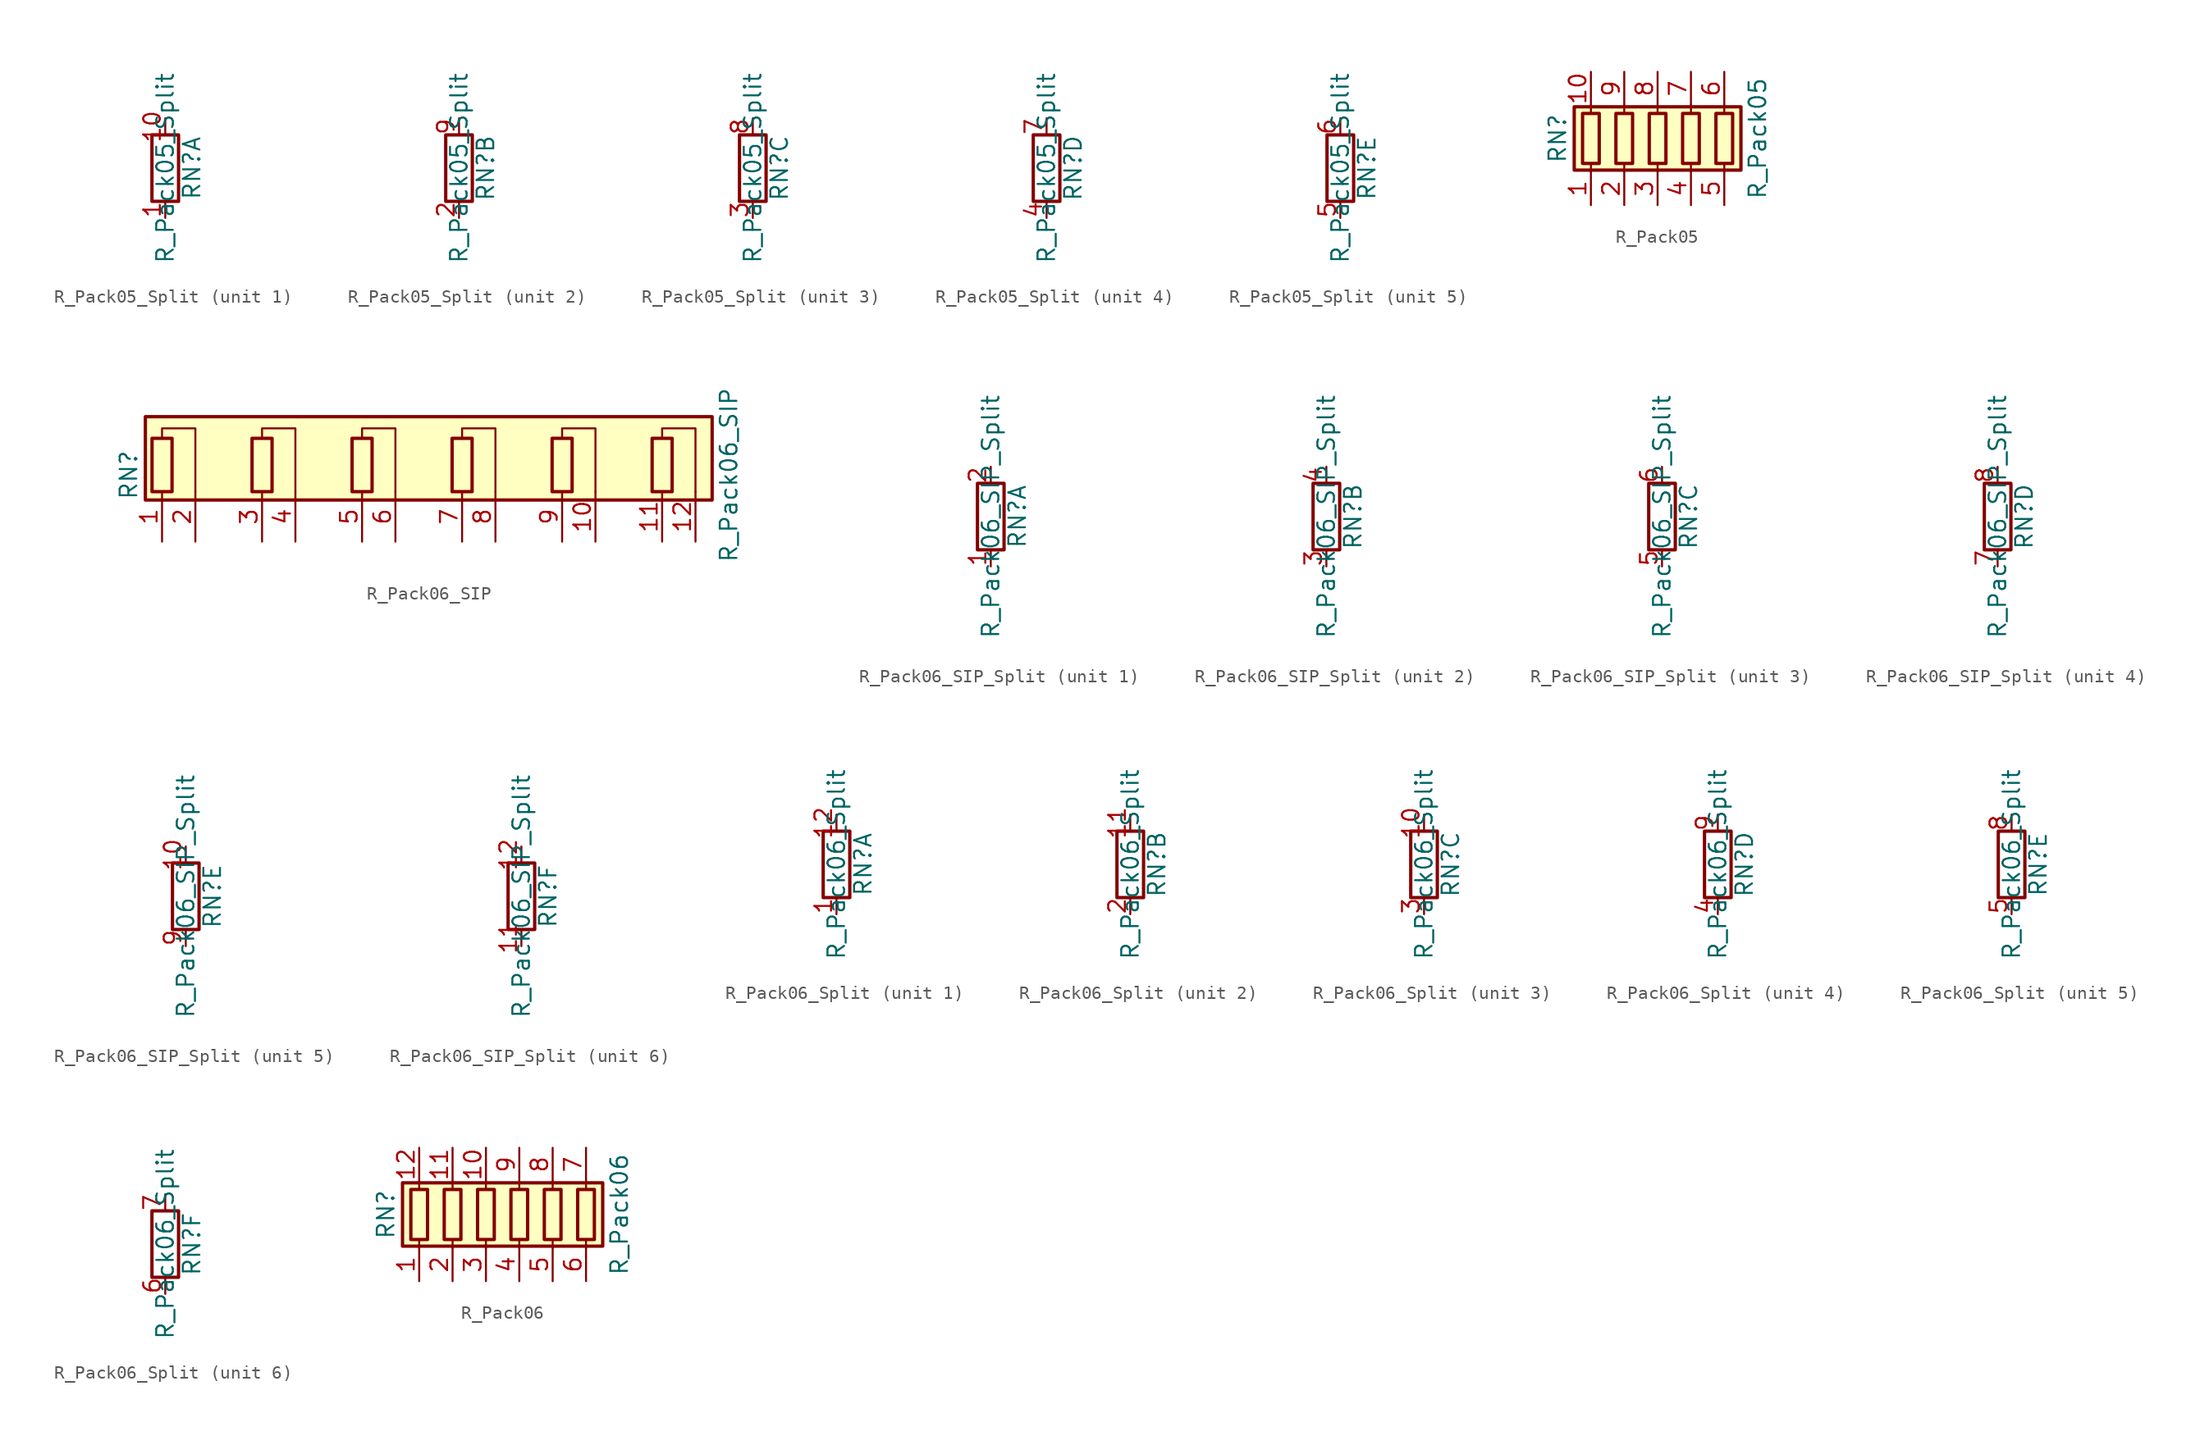
<source format=kicad_sym>
(kicad_symbol_lib
  (version 20201005)
  (generator kicad_symbol_editor)
  (symbol "R_Pack05_Split"
    (pin_names
      (offset 0) hide)
    (property "Reference" "RN"
      (at 2.032 0 90)
      (effects (font (size 1.27 1.27))))
    (property "Value" "R_Pack05_Split"
      (at 0 0 90)
      (effects (font (size 1.27 1.27))))
    (symbol "R_Pack05_Split_0_1"
      (rectangle (start 1.016 2.54) (end -1.016 -2.54) (stroke (width 0.254)) (fill (type none))))
    (symbol "R_Pack05_Split_1_1"
      (pin passive line (at 0 -3.81 90) (length 1.27) (name "R1.1" (effects (font (size 1.27 1.27)))) (number "1" (effects (font (size 1.27 1.27)))))
      (pin passive line (at 0 3.81 270) (length 1.27) (name "R1.2" (effects (font (size 1.27 1.27)))) (number "10" (effects (font (size 1.27 1.27))))))
    (symbol "R_Pack05_Split_2_1"
      (pin passive line (at 0 -3.81 90) (length 1.27) (name "R2.1" (effects (font (size 1.27 1.27)))) (number "2" (effects (font (size 1.27 1.27)))))
      (pin passive line (at 0 3.81 270) (length 1.27) (name "R2.2" (effects (font (size 1.27 1.27)))) (number "9" (effects (font (size 1.27 1.27))))))
    (symbol "R_Pack05_Split_3_1"
      (pin passive line (at 0 -3.81 90) (length 1.27) (name "R3.1" (effects (font (size 1.27 1.27)))) (number "3" (effects (font (size 1.27 1.27)))))
      (pin passive line (at 0 3.81 270) (length 1.27) (name "R3.2" (effects (font (size 1.27 1.27)))) (number "8" (effects (font (size 1.27 1.27))))))
    (symbol "R_Pack05_Split_4_1"
      (pin passive line (at 0 -3.81 90) (length 1.27) (name "R4.1" (effects (font (size 1.27 1.27)))) (number "4" (effects (font (size 1.27 1.27)))))
      (pin passive line (at 0 3.81 270) (length 1.27) (name "R4.2" (effects (font (size 1.27 1.27)))) (number "7" (effects (font (size 1.27 1.27))))))
    (symbol "R_Pack05_Split_5_1"
      (pin passive line (at 0 -3.81 90) (length 1.27) (name "R5.1" (effects (font (size 1.27 1.27)))) (number "5" (effects (font (size 1.27 1.27)))))
      (pin passive line (at 0 3.81 270) (length 1.27) (name "R5.2" (effects (font (size 1.27 1.27)))) (number "6" (effects (font (size 1.27 1.27)))))))
  (symbol "R_Pack05"
    (pin_names
      (offset 0) hide)
    (property "Reference" "RN"
      (at -7.62 0 90)
      (effects (font (size 1.27 1.27))))
    (property "Value" "R_Pack05"
      (at 7.62 0 90)
      (effects (font (size 1.27 1.27))))
    (symbol "R_Pack05_0_1"
      (rectangle (start -5.715 1.905) (end -4.445 -1.905) (stroke (width 0.254)) (fill (type none)))
      (rectangle (start -3.175 1.905) (end -1.905 -1.905) (stroke (width 0.254)) (fill (type none)))
      (rectangle (start -0.635 1.905) (end 0.635 -1.905) (stroke (width 0.254)) (fill (type none)))
      (rectangle (start 1.905 1.905) (end 3.175 -1.905) (stroke (width 0.254)) (fill (type none)))
      (rectangle (start 4.445 1.905) (end 5.715 -1.905) (stroke (width 0.254)) (fill (type none)))
      (rectangle (start -6.35 -2.413) (end 6.35 2.413) (stroke (width 0.254)) (fill (type background)))
      (polyline (pts (xy -5.08 -2.54) (xy -5.08 -1.905)) (stroke (width 0)) (fill (type none)))
      (polyline (pts (xy -5.08 1.905) (xy -5.08 2.54)) (stroke (width 0)) (fill (type none)))
      (polyline (pts (xy -2.54 -2.54) (xy -2.54 -1.905)) (stroke (width 0)) (fill (type none)))
      (polyline (pts (xy -2.54 1.905) (xy -2.54 2.54)) (stroke (width 0)) (fill (type none)))
      (polyline (pts (xy 0 -2.54) (xy 0 -1.905)) (stroke (width 0)) (fill (type none)))
      (polyline (pts (xy 0 1.905) (xy 0 2.54)) (stroke (width 0)) (fill (type none)))
      (polyline (pts (xy 2.54 -2.54) (xy 2.54 -1.905)) (stroke (width 0)) (fill (type none)))
      (polyline (pts (xy 2.54 1.905) (xy 2.54 2.54)) (stroke (width 0)) (fill (type none)))
      (polyline (pts (xy 5.08 -2.54) (xy 5.08 -1.905)) (stroke (width 0)) (fill (type none)))
      (polyline (pts (xy 5.08 1.905) (xy 5.08 2.54)) (stroke (width 0)) (fill (type none))))
    (symbol "R_Pack05_1_1"
      (pin passive line (at -5.08 -5.08 90) (length 2.54) (name "R1.1" (effects (font (size 1.27 1.27)))) (number "1" (effects (font (size 1.27 1.27)))))
      (pin passive line (at -5.08 5.08 270) (length 2.54) (name "R1.2" (effects (font (size 1.27 1.27)))) (number "10" (effects (font (size 1.27 1.27)))))
      (pin passive line (at -2.54 -5.08 90) (length 2.54) (name "R2.1" (effects (font (size 1.27 1.27)))) (number "2" (effects (font (size 1.27 1.27)))))
      (pin passive line (at 0 -5.08 90) (length 2.54) (name "R3.1" (effects (font (size 1.27 1.27)))) (number "3" (effects (font (size 1.27 1.27)))))
      (pin passive line (at 2.54 -5.08 90) (length 2.54) (name "R4.1" (effects (font (size 1.27 1.27)))) (number "4" (effects (font (size 1.27 1.27)))))
      (pin passive line (at 5.08 -5.08 90) (length 2.54) (name "R5.1" (effects (font (size 1.27 1.27)))) (number "5" (effects (font (size 1.27 1.27)))))
      (pin passive line (at 5.08 5.08 270) (length 2.54) (name "R5.2" (effects (font (size 1.27 1.27)))) (number "6" (effects (font (size 1.27 1.27)))))
      (pin passive line (at 2.54 5.08 270) (length 2.54) (name "R4.2" (effects (font (size 1.27 1.27)))) (number "7" (effects (font (size 1.27 1.27)))))
      (pin passive line (at 0 5.08 270) (length 2.54) (name "R3.2" (effects (font (size 1.27 1.27)))) (number "8" (effects (font (size 1.27 1.27)))))
      (pin passive line (at -2.54 5.08 270) (length 2.54) (name "R2.2" (effects (font (size 1.27 1.27)))) (number "9" (effects (font (size 1.27 1.27)))))))
  (symbol "R_Pack06_SIP"
    (pin_names
      (offset 0) hide)
    (property "Reference" "RN"
      (at -22.86 0 90)
      (effects (font (size 1.27 1.27))))
    (property "Value" "R_Pack06_SIP"
      (at 22.86 0 90)
      (effects (font (size 1.27 1.27))))
    (symbol "R_Pack06_SIP_0_1"
      (rectangle (start -21.082 2.794) (end -19.558 -1.27) (stroke (width 0.254)) (fill (type none)))
      (rectangle (start -13.462 2.794) (end -11.938 -1.27) (stroke (width 0.254)) (fill (type none)))
      (rectangle (start -5.842 2.794) (end -4.318 -1.27) (stroke (width 0.254)) (fill (type none)))
      (rectangle (start 1.778 2.794) (end 3.302 -1.27) (stroke (width 0.254)) (fill (type none)))
      (rectangle (start 9.398 2.794) (end 10.922 -1.27) (stroke (width 0.254)) (fill (type none)))
      (rectangle (start 17.018 2.794) (end 18.542 -1.27) (stroke (width 0.254)) (fill (type none)))
      (rectangle (start -21.59 -1.905) (end 21.59 4.445) (stroke (width 0.254)) (fill (type background)))
      (polyline (pts (xy -20.32 2.794) (xy -20.32 3.556) (xy -17.78 3.556) (xy -17.78 -1.27)) (stroke (width 0)) (fill (type none)))
      (polyline (pts (xy -12.7 2.794) (xy -12.7 3.556) (xy -10.16 3.556) (xy -10.16 -1.27)) (stroke (width 0)) (fill (type none)))
      (polyline (pts (xy -5.08 2.794) (xy -5.08 3.556) (xy -2.54 3.556) (xy -2.54 -1.27)) (stroke (width 0)) (fill (type none)))
      (polyline (pts (xy 2.54 2.794) (xy 2.54 3.556) (xy 5.08 3.556) (xy 5.08 -1.27)) (stroke (width 0)) (fill (type none)))
      (polyline (pts (xy 10.16 2.794) (xy 10.16 3.556) (xy 12.7 3.556) (xy 12.7 -1.27)) (stroke (width 0)) (fill (type none)))
      (polyline (pts (xy 17.78 2.794) (xy 17.78 3.556) (xy 20.32 3.556) (xy 20.32 -1.27)) (stroke (width 0)) (fill (type none))))
    (symbol "R_Pack06_SIP_1_1"
      (pin passive line (at -20.32 -5.08 90) (length 3.81) (name "R1.1" (effects (font (size 1.27 1.27)))) (number "1" (effects (font (size 1.27 1.27)))))
      (pin passive line (at 12.7 -5.08 90) (length 3.81) (name "R5.2" (effects (font (size 1.27 1.27)))) (number "10" (effects (font (size 1.27 1.27)))))
      (pin passive line (at 17.78 -5.08 90) (length 3.81) (name "R6.1" (effects (font (size 1.27 1.27)))) (number "11" (effects (font (size 1.27 1.27)))))
      (pin passive line (at 20.32 -5.08 90) (length 3.81) (name "R6.2" (effects (font (size 1.27 1.27)))) (number "12" (effects (font (size 1.27 1.27)))))
      (pin passive line (at -17.78 -5.08 90) (length 3.81) (name "R1.2" (effects (font (size 1.27 1.27)))) (number "2" (effects (font (size 1.27 1.27)))))
      (pin passive line (at -12.7 -5.08 90) (length 3.81) (name "R2.1" (effects (font (size 1.27 1.27)))) (number "3" (effects (font (size 1.27 1.27)))))
      (pin passive line (at -10.16 -5.08 90) (length 3.81) (name "R2.2" (effects (font (size 1.27 1.27)))) (number "4" (effects (font (size 1.27 1.27)))))
      (pin passive line (at -5.08 -5.08 90) (length 3.81) (name "R3.1" (effects (font (size 1.27 1.27)))) (number "5" (effects (font (size 1.27 1.27)))))
      (pin passive line (at -2.54 -5.08 90) (length 3.81) (name "R3.2" (effects (font (size 1.27 1.27)))) (number "6" (effects (font (size 1.27 1.27)))))
      (pin passive line (at 2.54 -5.08 90) (length 3.81) (name "R4.1" (effects (font (size 1.27 1.27)))) (number "7" (effects (font (size 1.27 1.27)))))
      (pin passive line (at 5.08 -5.08 90) (length 3.81) (name "R4.2" (effects (font (size 1.27 1.27)))) (number "8" (effects (font (size 1.27 1.27)))))
      (pin passive line (at 10.16 -5.08 90) (length 3.81) (name "R5.1" (effects (font (size 1.27 1.27)))) (number "9" (effects (font (size 1.27 1.27)))))))
  (symbol "R_Pack06_SIP_Split"
    (pin_names
      (offset 0) hide)
    (property "Reference" "RN"
      (at 2.032 0 90)
      (effects (font (size 1.27 1.27))))
    (property "Value" "R_Pack06_SIP_Split"
      (at 0 0 90)
      (effects (font (size 1.27 1.27))))
    (symbol "R_Pack06_SIP_Split_0_1"
      (rectangle (start 1.016 2.54) (end -1.016 -2.54) (stroke (width 0.254)) (fill (type none))))
    (symbol "R_Pack06_SIP_Split_1_1"
      (pin passive line (at 0 -3.81 90) (length 1.27) (name "R1.1" (effects (font (size 1.27 1.27)))) (number "1" (effects (font (size 1.27 1.27)))))
      (pin passive line (at 0 3.81 270) (length 1.27) (name "R1.2" (effects (font (size 1.27 1.27)))) (number "2" (effects (font (size 1.27 1.27))))))
    (symbol "R_Pack06_SIP_Split_2_1"
      (pin passive line (at 0 -3.81 90) (length 1.27) (name "R2.1" (effects (font (size 1.27 1.27)))) (number "3" (effects (font (size 1.27 1.27)))))
      (pin passive line (at 0 3.81 270) (length 1.27) (name "R2.2" (effects (font (size 1.27 1.27)))) (number "4" (effects (font (size 1.27 1.27))))))
    (symbol "R_Pack06_SIP_Split_3_1"
      (pin passive line (at 0 -3.81 90) (length 1.27) (name "R3.1" (effects (font (size 1.27 1.27)))) (number "5" (effects (font (size 1.27 1.27)))))
      (pin passive line (at 0 3.81 270) (length 1.27) (name "R3.2" (effects (font (size 1.27 1.27)))) (number "6" (effects (font (size 1.27 1.27))))))
    (symbol "R_Pack06_SIP_Split_4_1"
      (pin passive line (at 0 -3.81 90) (length 1.27) (name "R4.1" (effects (font (size 1.27 1.27)))) (number "7" (effects (font (size 1.27 1.27)))))
      (pin passive line (at 0 3.81 270) (length 1.27) (name "R4.2" (effects (font (size 1.27 1.27)))) (number "8" (effects (font (size 1.27 1.27))))))
    (symbol "R_Pack06_SIP_Split_5_1"
      (pin passive line (at 0 3.81 270) (length 1.27) (name "R5.2" (effects (font (size 1.27 1.27)))) (number "10" (effects (font (size 1.27 1.27)))))
      (pin passive line (at 0 -3.81 90) (length 1.27) (name "R5.1" (effects (font (size 1.27 1.27)))) (number "9" (effects (font (size 1.27 1.27))))))
    (symbol "R_Pack06_SIP_Split_6_1"
      (pin passive line (at 0 -3.81 90) (length 1.27) (name "R6.1" (effects (font (size 1.27 1.27)))) (number "11" (effects (font (size 1.27 1.27)))))
      (pin passive line (at 0 3.81 270) (length 1.27) (name "R6.2" (effects (font (size 1.27 1.27)))) (number "12" (effects (font (size 1.27 1.27)))))))
  (symbol "R_Pack06_Split"
    (pin_names
      (offset 0) hide)
    (property "Reference" "RN"
      (at 2.032 0 90)
      (effects (font (size 1.27 1.27))))
    (property "Value" "R_Pack06_Split"
      (at 0 0 90)
      (effects (font (size 1.27 1.27))))
    (symbol "R_Pack06_Split_0_1"
      (rectangle (start 1.016 2.54) (end -1.016 -2.54) (stroke (width 0.254)) (fill (type none))))
    (symbol "R_Pack06_Split_1_1"
      (pin passive line (at 0 -3.81 90) (length 1.27) (name "R1.1" (effects (font (size 1.27 1.27)))) (number "1" (effects (font (size 1.27 1.27)))))
      (pin passive line (at 0 3.81 270) (length 1.27) (name "R1.2" (effects (font (size 1.27 1.27)))) (number "12" (effects (font (size 1.27 1.27))))))
    (symbol "R_Pack06_Split_2_1"
      (pin passive line (at 0 3.81 270) (length 1.27) (name "R2.2" (effects (font (size 1.27 1.27)))) (number "11" (effects (font (size 1.27 1.27)))))
      (pin passive line (at 0 -3.81 90) (length 1.27) (name "R2.1" (effects (font (size 1.27 1.27)))) (number "2" (effects (font (size 1.27 1.27))))))
    (symbol "R_Pack06_Split_3_1"
      (pin passive line (at 0 3.81 270) (length 1.27) (name "R3.2" (effects (font (size 1.27 1.27)))) (number "10" (effects (font (size 1.27 1.27)))))
      (pin passive line (at 0 -3.81 90) (length 1.27) (name "R3.1" (effects (font (size 1.27 1.27)))) (number "3" (effects (font (size 1.27 1.27))))))
    (symbol "R_Pack06_Split_4_1"
      (pin passive line (at 0 -3.81 90) (length 1.27) (name "R4.1" (effects (font (size 1.27 1.27)))) (number "4" (effects (font (size 1.27 1.27)))))
      (pin passive line (at 0 3.81 270) (length 1.27) (name "R4.2" (effects (font (size 1.27 1.27)))) (number "9" (effects (font (size 1.27 1.27))))))
    (symbol "R_Pack06_Split_5_1"
      (pin passive line (at 0 -3.81 90) (length 1.27) (name "R5.1" (effects (font (size 1.27 1.27)))) (number "5" (effects (font (size 1.27 1.27)))))
      (pin passive line (at 0 3.81 270) (length 1.27) (name "R5.2" (effects (font (size 1.27 1.27)))) (number "8" (effects (font (size 1.27 1.27))))))
    (symbol "R_Pack06_Split_6_1"
      (pin passive line (at 0 -3.81 90) (length 1.27) (name "R6.1" (effects (font (size 1.27 1.27)))) (number "6" (effects (font (size 1.27 1.27)))))
      (pin passive line (at 0 3.81 270) (length 1.27) (name "R6.2" (effects (font (size 1.27 1.27)))) (number "7" (effects (font (size 1.27 1.27)))))))
  (symbol "R_Pack06"
    (pin_names
      (offset 0) hide)
    (property "Reference" "RN"
      (at -10.16 0 90)
      (effects (font (size 1.27 1.27))))
    (property "Value" "R_Pack06"
      (at 7.62 0 90)
      (effects (font (size 1.27 1.27))))
    (symbol "R_Pack06_0_1"
      (rectangle (start -8.255 1.905) (end -6.985 -1.905) (stroke (width 0.254)) (fill (type none)))
      (rectangle (start -5.715 1.905) (end -4.445 -1.905) (stroke (width 0.254)) (fill (type none)))
      (rectangle (start -3.175 1.905) (end -1.905 -1.905) (stroke (width 0.254)) (fill (type none)))
      (rectangle (start -0.635 1.905) (end 0.635 -1.905) (stroke (width 0.254)) (fill (type none)))
      (rectangle (start 1.905 1.905) (end 3.175 -1.905) (stroke (width 0.254)) (fill (type none)))
      (rectangle (start 4.445 1.905) (end 5.715 -1.905) (stroke (width 0.254)) (fill (type none)))
      (rectangle (start -8.89 -2.413) (end 6.35 2.413) (stroke (width 0.254)) (fill (type background)))
      (polyline (pts (xy -7.62 -2.54) (xy -7.62 -1.905)) (stroke (width 0)) (fill (type none)))
      (polyline (pts (xy -7.62 1.905) (xy -7.62 2.54)) (stroke (width 0)) (fill (type none)))
      (polyline (pts (xy -5.08 -2.54) (xy -5.08 -1.905)) (stroke (width 0)) (fill (type none)))
      (polyline (pts (xy -5.08 1.905) (xy -5.08 2.54)) (stroke (width 0)) (fill (type none)))
      (polyline (pts (xy -2.54 -2.54) (xy -2.54 -1.905)) (stroke (width 0)) (fill (type none)))
      (polyline (pts (xy -2.54 1.905) (xy -2.54 2.54)) (stroke (width 0)) (fill (type none)))
      (polyline (pts (xy 0 -2.54) (xy 0 -1.905)) (stroke (width 0)) (fill (type none)))
      (polyline (pts (xy 0 1.905) (xy 0 2.54)) (stroke (width 0)) (fill (type none)))
      (polyline (pts (xy 2.54 -2.54) (xy 2.54 -1.905)) (stroke (width 0)) (fill (type none)))
      (polyline (pts (xy 2.54 1.905) (xy 2.54 2.54)) (stroke (width 0)) (fill (type none)))
      (polyline (pts (xy 5.08 -2.54) (xy 5.08 -1.905)) (stroke (width 0)) (fill (type none)))
      (polyline (pts (xy 5.08 1.905) (xy 5.08 2.54)) (stroke (width 0)) (fill (type none))))
    (symbol "R_Pack06_1_1"
      (pin passive line (at -7.62 -5.08 90) (length 2.54) (name "R1.1" (effects (font (size 1.27 1.27)))) (number "1" (effects (font (size 1.27 1.27)))))
      (pin passive line (at -2.54 5.08 270) (length 2.54) (name "R3.2" (effects (font (size 1.27 1.27)))) (number "10" (effects (font (size 1.27 1.27)))))
      (pin passive line (at -5.08 5.08 270) (length 2.54) (name "R2.2" (effects (font (size 1.27 1.27)))) (number "11" (effects (font (size 1.27 1.27)))))
      (pin passive line (at -7.62 5.08 270) (length 2.54) (name "R1.2" (effects (font (size 1.27 1.27)))) (number "12" (effects (font (size 1.27 1.27)))))
      (pin passive line (at -5.08 -5.08 90) (length 2.54) (name "R2.1" (effects (font (size 1.27 1.27)))) (number "2" (effects (font (size 1.27 1.27)))))
      (pin passive line (at -2.54 -5.08 90) (length 2.54) (name "R3.1" (effects (font (size 1.27 1.27)))) (number "3" (effects (font (size 1.27 1.27)))))
      (pin passive line (at 0 -5.08 90) (length 2.54) (name "R4.1" (effects (font (size 1.27 1.27)))) (number "4" (effects (font (size 1.27 1.27)))))
      (pin passive line (at 2.54 -5.08 90) (length 2.54) (name "R5.1" (effects (font (size 1.27 1.27)))) (number "5" (effects (font (size 1.27 1.27)))))
      (pin passive line (at 5.08 -5.08 90) (length 2.54) (name "R6.1" (effects (font (size 1.27 1.27)))) (number "6" (effects (font (size 1.27 1.27)))))
      (pin passive line (at 5.08 5.08 270) (length 2.54) (name "R6.2" (effects (font (size 1.27 1.27)))) (number "7" (effects (font (size 1.27 1.27)))))
      (pin passive line (at 2.54 5.08 270) (length 2.54) (name "R5.2" (effects (font (size 1.27 1.27)))) (number "8" (effects (font (size 1.27 1.27)))))
      (pin passive line (at 0 5.08 270) (length 2.54) (name "R4.2" (effects (font (size 1.27 1.27)))) (number "9" (effects (font (size 1.27 1.27))))))))
</source>
